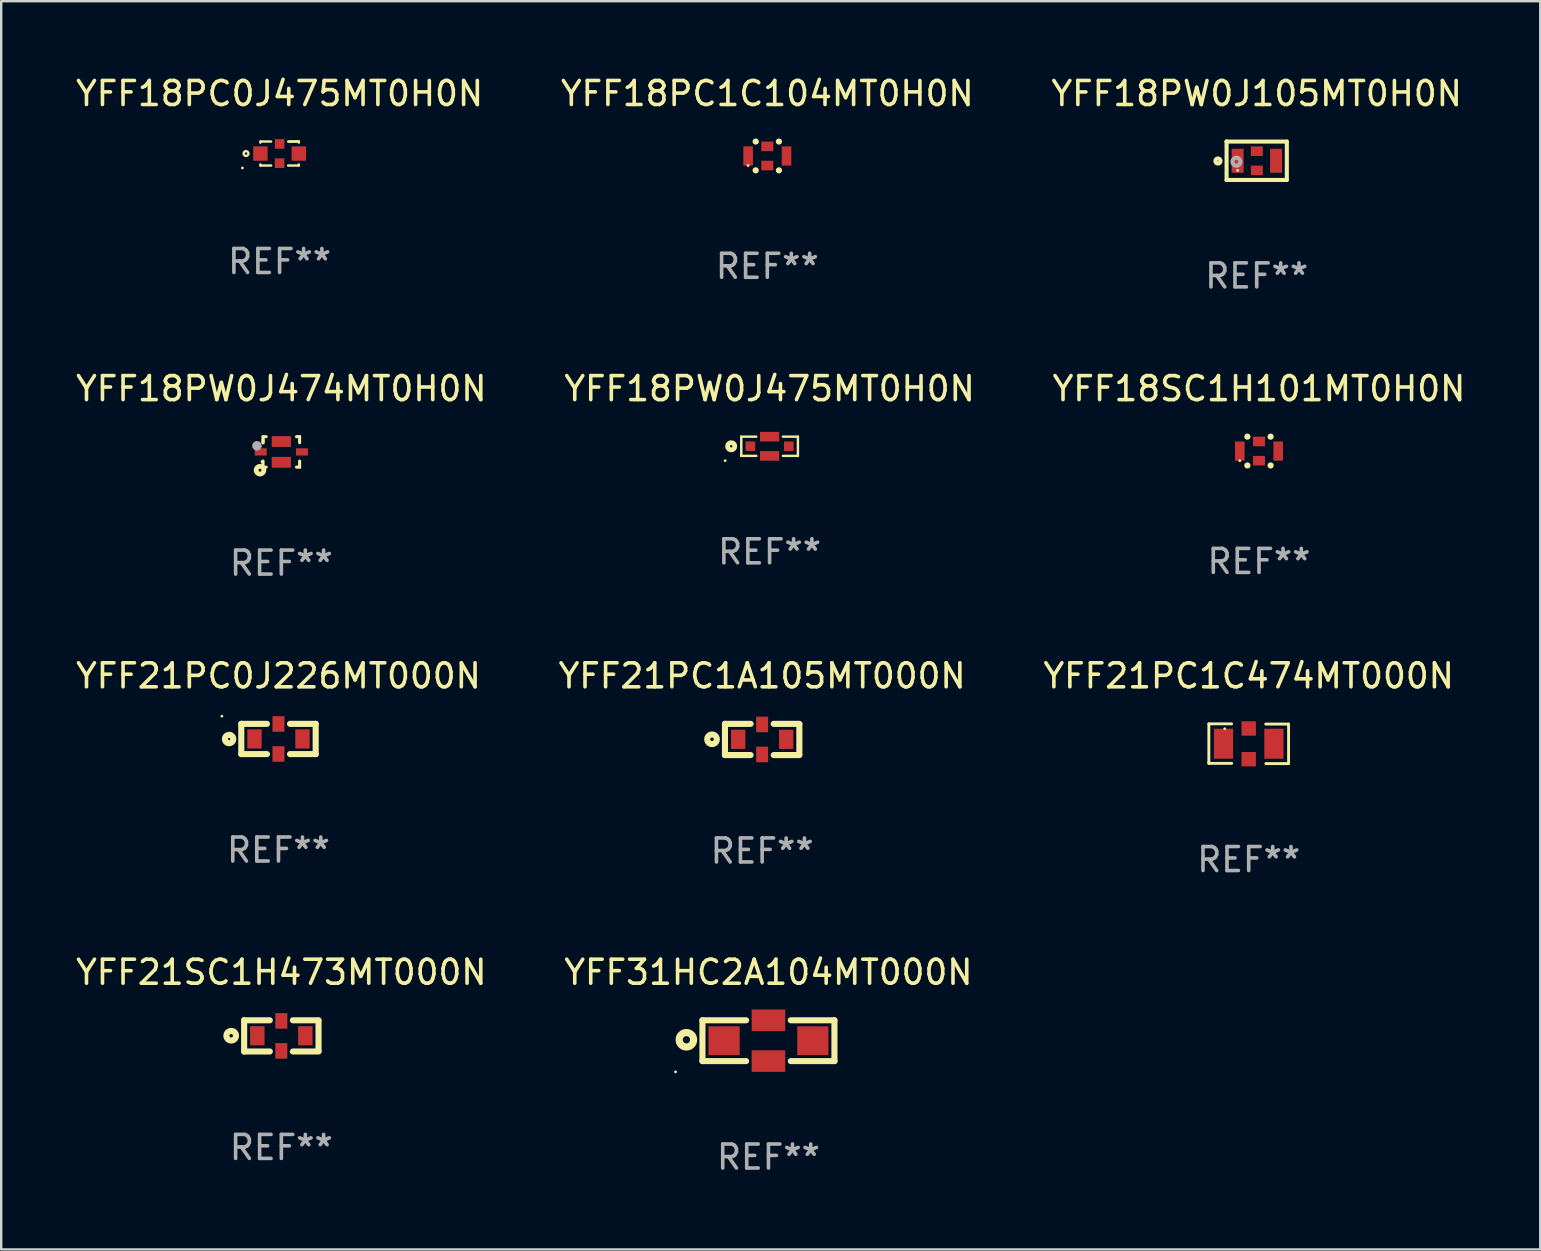
<source format=kicad_pcb>
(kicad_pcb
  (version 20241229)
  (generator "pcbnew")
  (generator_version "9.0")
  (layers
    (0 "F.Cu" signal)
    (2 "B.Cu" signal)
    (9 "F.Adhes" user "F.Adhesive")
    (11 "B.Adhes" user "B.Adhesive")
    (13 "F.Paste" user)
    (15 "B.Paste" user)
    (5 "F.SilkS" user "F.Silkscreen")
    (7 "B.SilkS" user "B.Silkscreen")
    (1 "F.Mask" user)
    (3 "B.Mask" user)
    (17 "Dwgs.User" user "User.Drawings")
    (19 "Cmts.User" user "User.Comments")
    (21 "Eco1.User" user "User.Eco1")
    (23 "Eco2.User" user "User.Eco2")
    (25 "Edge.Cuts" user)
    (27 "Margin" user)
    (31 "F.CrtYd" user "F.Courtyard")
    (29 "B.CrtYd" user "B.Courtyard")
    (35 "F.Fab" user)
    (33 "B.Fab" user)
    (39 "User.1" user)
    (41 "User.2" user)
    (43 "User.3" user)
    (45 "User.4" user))
  (footprint "YFF18PW0J474MT0H0N"
    (layer "F.Cu")
    (at 8.673 15.78)
    (property "Reference" "YFF18PW0J474MT0H0N" (at 0 -2.635 0) (layer "F.SilkS") (effects (font (size 1 1) (thickness 0.15))))
    (attr through_hole)
    (fp_line (start -0.762 -0.635) (end -0.762 -0.381) (stroke (width 0.127) (type solid)) (layer "F.SilkS"))
    (fp_line (start -0.762 -0.508) (end -0.762 -0.381) (stroke (width 0.127) (type solid)) (layer "F.SilkS"))
    (fp_line (start -0.762 0.381) (end -0.762 0.635) (stroke (width 0.127) (type solid)) (layer "F.SilkS"))
    (fp_line (start -0.762 0.635) (end -0.631 0.635) (stroke (width 0.127) (type solid)) (layer "F.SilkS"))
    (fp_line (start -0.631 -0.635) (end -0.762 -0.635) (stroke (width 0.127) (type solid)) (layer "F.SilkS"))
    (fp_line (start 0.631 0.635) (end 0.762 0.635) (stroke (width 0.127) (type solid)) (layer "F.SilkS"))
    (fp_line (start 0.762 -0.635) (end 0.631 -0.635) (stroke (width 0.127) (type solid)) (layer "F.SilkS"))
    (fp_line (start 0.762 -0.381) (end 0.762 -0.635) (stroke (width 0.127) (type solid)) (layer "F.SilkS"))
    (fp_line (start 0.762 0.635) (end 0.762 0.381) (stroke (width 0.127) (type solid)) (layer "F.SilkS"))
    (fp_circle (center -0.889 0.762) (end -0.829 0.762) (stroke (width 0.2) (type solid)) (fill no) (layer "F.SilkS"))
    (fp_circle (center -0.809 0.408) (end -0.779 0.408) (stroke (width 0.06) (type solid)) (fill no) (layer "F.SilkS"))
    (fp_circle (center -1.016 -0.254) (end -0.916 -0.254) (stroke (width 0.2) (type solid)) (fill no) (layer "F.Fab"))
    (fp_text user "REF**" (at 0 4.635 0) (layer "F.Fab") (effects (font (size 1 1) (thickness 0.15))))
    (pad "1" smd rect (at -0.86 0) (size 0.5 0.3) (layers "F.Cu" "F.Mask" "F.Paste"))
    (pad "2" smd rect (at 0 0.433) (size 0.8 0.45) (layers "F.Cu" "F.Mask" "F.Paste"))
    (pad "3" smd rect (at 0.86 0) (size 0.5 0.3) (layers "F.Cu" "F.Mask" "F.Paste"))
    (pad "4" smd rect (at 0 -0.433) (size 0.8 0.45) (layers "F.Cu" "F.Mask" "F.Paste")))
  (footprint "YFF18SC1H101MT0H0N"
    (layer "F.Cu")
    (at 49.411 15.745)
    (property "Reference" "YFF18SC1H101MT0H0N" (at 0 -2.6 0) (layer "F.SilkS") (effects (font (size 1 1) (thickness 0.15))))
    (attr through_hole)
    (fp_line (start -0.487 -0.6) (end -0.481 -0.6) (stroke (width 0.254) (type solid)) (layer "F.SilkS"))
    (fp_line (start -0.487 0.6) (end -0.481 0.6) (stroke (width 0.254) (type solid)) (layer "F.SilkS"))
    (fp_line (start 0.481 -0.6) (end 0.486 -0.6) (stroke (width 0.254) (type solid)) (layer "F.SilkS"))
    (fp_line (start 0.481 0.6) (end 0.486 0.6) (stroke (width 0.254) (type solid)) (layer "F.SilkS"))
    (fp_circle (center -0.8 0.4) (end -0.77 0.4) (stroke (width 0.06) (type solid)) (fill no) (layer "F.SilkS"))
    (fp_text user "REF**" (at 0 4.6 0) (layer "F.Fab") (effects (font (size 1 1) (thickness 0.15))))
    (pad "1" smd rect (at -0.8 0 90) (size 0.8 0.4) (layers "F.Cu" "F.Mask" "F.Paste"))
    (pad "2" smd rect (at -0.000127 0.4 180) (size 0.5 0.4) (layers "F.Cu" "F.Mask" "F.Paste"))
    (pad "3" smd rect (at 0.8 0 270) (size 0.8 0.4) (layers "F.Cu" "F.Mask" "F.Paste"))
    (pad "4" smd rect (at -0.000127 -0.4) (size 0.5 0.4) (layers "F.Cu" "F.Mask" "F.Paste")))
  (footprint "YFF21SC1H473MT000N"
    (layer "F.Cu")
    (at 8.673 40.114)
    (property "Reference" "YFF21SC1H473MT000N" (at 0 -2.65 0) (layer "F.SilkS") (effects (font (size 1 1) (thickness 0.15))))
    (attr through_hole)
    (fp_line (start -1.55 -0.65) (end -0.481 -0.65) (stroke (width 0.254) (type solid)) (layer "F.SilkS"))
    (fp_line (start -1.55 0.65) (end -1.55 -0.65) (stroke (width 0.254) (type solid)) (layer "F.SilkS"))
    (fp_line (start -1.55 0.65) (end -0.481 0.65) (stroke (width 0.254) (type solid)) (layer "F.SilkS"))
    (fp_line (start 0.481 -0.65) (end 1.55 -0.65) (stroke (width 0.254) (type solid)) (layer "F.SilkS"))
    (fp_line (start 0.481 0.65) (end 1.55 0.65) (stroke (width 0.254) (type solid)) (layer "F.SilkS"))
    (fp_line (start 1.55 -0.63) (end 1.55 0.63) (stroke (width 0.254) (type solid)) (layer "F.SilkS"))
    (fp_circle (center -2.089 -0.007) (end -1.889 -0.007) (stroke (width 0.254) (type solid)) (fill no) (layer "F.SilkS"))
    (fp_circle (center -1 -0.63) (end -0.97 -0.63) (stroke (width 0.06) (type solid)) (fill no) (layer "F.SilkS"))
    (fp_text user "REF**" (at 0 4.65 0) (layer "F.Fab") (effects (font (size 1 1) (thickness 0.15))))
    (pad "1" smd rect (at -1 -0.005 90) (size 0.8 0.6) (layers "F.Cu" "F.Mask" "F.Paste"))
    (pad "2" smd rect (at 0 0.625 90) (size 0.65 0.5) (layers "F.Cu" "F.Mask" "F.Paste"))
    (pad "3" smd rect (at 1 -0.005 90) (size 0.8 0.6) (layers "F.Cu" "F.Mask" "F.Paste"))
    (pad "4" smd rect (at 0 -0.625 90) (size 0.65 0.5) (layers "F.Cu" "F.Mask" "F.Paste")))
  (footprint "YFF18PW0J475MT0H0N"
    (layer "F.Cu")
    (at 29.018 15.545)
    (property "Reference" "YFF18PW0J475MT0H0N" (at 0 -2.4 0) (layer "F.SilkS") (effects (font (size 1 1) (thickness 0.15))))
    (attr through_hole)
    (fp_line (start -1.18 -0.4) (end -1.18 0.4) (stroke (width 0.102) (type solid)) (layer "F.SilkS"))
    (fp_line (start -1.18 -0.4) (end -0.555 -0.4) (stroke (width 0.102) (type solid)) (layer "F.SilkS"))
    (fp_line (start -1.18 0.4) (end -0.555 0.4) (stroke (width 0.102) (type solid)) (layer "F.SilkS"))
    (fp_line (start 0.555 -0.4) (end 1.18 -0.4) (stroke (width 0.102) (type solid)) (layer "F.SilkS"))
    (fp_line (start 0.555 0.4) (end 1.18 0.4) (stroke (width 0.102) (type solid)) (layer "F.SilkS"))
    (fp_line (start 1.18 -0.4) (end 1.18 0.4) (stroke (width 0.102) (type solid)) (layer "F.SilkS"))
    (fp_circle (center -1.85 0.6) (end -1.82 0.6) (stroke (width 0.06) (type solid)) (fill no) (layer "F.SilkS"))
    (fp_circle (center -1.6 0) (end -1.45 0) (stroke (width 0.2) (type solid)) (fill no) (layer "F.SilkS"))
    (fp_text user "REF**" (at 0 4.4 0) (layer "F.Fab") (effects (font (size 1 1) (thickness 0.15))))
    (pad "1" smd rect (at -0.8 0) (size 0.4 0.4) (layers "F.Cu" "F.Mask" "F.Paste"))
    (pad "2" smd rect (at -0.000114 0.4 90) (size 0.4 0.8) (layers "F.Cu" "F.Mask" "F.Paste"))
    (pad "3" smd rect (at 0.8 0 180) (size 0.4 0.4) (layers "F.Cu" "F.Mask" "F.Paste"))
    (pad "4" smd rect (at -0.000114 -0.4 90) (size 0.4 0.8) (layers "F.Cu" "F.Mask" "F.Paste")))
  (footprint "YFF18PC0J475MT0H0N"
    (layer "F.Cu")
    (at 8.601 3.348)
    (property "Reference" "YFF18PC0J475MT0H0N" (at 0 -2.5 0) (layer "F.SilkS") (effects (font (size 1 1) (thickness 0.15))))
    (attr through_hole)
    (fp_line (start -0.8 -0.5) (end -0.354 -0.5) (stroke (width 0.1) (type solid)) (layer "F.SilkS"))
    (fp_line (start -0.8 -0.454) (end -0.8 -0.5) (stroke (width 0.1) (type solid)) (layer "F.SilkS"))
    (fp_line (start -0.8 0.5) (end -0.8 0.454) (stroke (width 0.1) (type solid)) (layer "F.SilkS"))
    (fp_line (start -0.354 0.5) (end -0.8 0.5) (stroke (width 0.1) (type solid)) (layer "F.SilkS"))
    (fp_line (start 0.354 -0.5) (end 0.8 -0.5) (stroke (width 0.1) (type solid)) (layer "F.SilkS"))
    (fp_line (start 0.4 -0.5) (end 0.8 -0.5) (stroke (width 0.1) (type solid)) (layer "F.SilkS"))
    (fp_line (start 0.8 -0.5) (end 0.8 -0.454) (stroke (width 0.1) (type solid)) (layer "F.SilkS"))
    (fp_line (start 0.8 0.454) (end 0.8 0.5) (stroke (width 0.1) (type solid)) (layer "F.SilkS"))
    (fp_line (start 0.8 0.5) (end 0.354 0.5) (stroke (width 0.1) (type solid)) (layer "F.SilkS"))
    (fp_circle (center -1.55 0.6) (end -1.52 0.6) (stroke (width 0.06) (type solid)) (fill no) (layer "F.SilkS"))
    (fp_circle (center -1.4 0) (end -1.3 0) (stroke (width 0.1) (type solid)) (fill no) (layer "F.SilkS"))
    (fp_text user "REF**" (at 0 4.5 0) (layer "F.Fab") (effects (font (size 1 1) (thickness 0.15))))
    (pad "1" smd rect (at -0.8 0 90) (size 0.6 0.6) (layers "F.Cu" "F.Mask" "F.Paste"))
    (pad "2" smd rect (at 0 -0.4 180) (size 0.4 0.4) (layers "F.Cu" "F.Mask" "F.Paste"))
    (pad "2" smd rect (at 0 0.4 180) (size 0.4 0.4) (layers "F.Cu" "F.Mask" "F.Paste"))
    (pad "3" smd rect (at 0.8 0 90) (size 0.6 0.6) (layers "F.Cu" "F.Mask" "F.Paste")))
  (footprint "YFF21PC0J226MT000N"
    (layer "F.Cu")
    (at 8.554 27.742)
    (property "Reference" "YFF21PC0J226MT000N" (at 0 -2.63 0) (layer "F.SilkS") (effects (font (size 1 1) (thickness 0.15))))
    (attr through_hole)
    (fp_line (start -1.55 0.63) (end -1.55 -0.63) (stroke (width 0.254) (type solid)) (layer "F.SilkS"))
    (fp_line (start -1.55 -0.63) (end -0.481 -0.63) (stroke (width 0.254) (type solid)) (layer "F.SilkS"))
    (fp_line (start -0.481 0.63) (end -1.55 0.63) (stroke (width 0.254) (type solid)) (layer "F.SilkS"))
    (fp_line (start 0.481 -0.63) (end 1.55 -0.63) (stroke (width 0.254) (type solid)) (layer "F.SilkS"))
    (fp_line (start 1.55 -0.63) (end 1.55 0.63) (stroke (width 0.254) (type solid)) (layer "F.SilkS"))
    (fp_line (start 1.55 0.63) (end 0.481 0.63) (stroke (width 0.254) (type solid)) (layer "F.SilkS"))
    (fp_circle (center -2.358 -0.95) (end -2.328 -0.95) (stroke (width 0.06) (type solid)) (fill no) (layer "F.SilkS"))
    (fp_circle (center -2.058 0.002) (end -1.884 0.002) (stroke (width 0.254) (type solid)) (fill no) (layer "F.SilkS"))
    (fp_text user "REF**" (at 0 4.63 0) (layer "F.Fab") (effects (font (size 1 1) (thickness 0.15))))
    (pad "1" smd rect (at -1 0.000013 90) (size 0.8 0.6) (layers "F.Cu" "F.Mask" "F.Paste"))
    (pad "2" smd rect (at 0.000013 0.625 90) (size 0.65 0.5) (layers "F.Cu" "F.Mask" "F.Paste"))
    (pad "3" smd rect (at 1 0.000013 90) (size 0.8 0.6) (layers "F.Cu" "F.Mask" "F.Paste"))
    (pad "4" smd rect (at 0.000013 -0.625 90) (size 0.65 0.5) (layers "F.Cu" "F.Mask" "F.Paste")))
  (footprint "YFF21PC1C474MT000N"
    (layer "F.Cu")
    (at 48.982 27.94)
    (property "Reference" "YFF21PC1C474MT000N" (at 0 -2.828 0) (layer "F.SilkS") (effects (font (size 1 1) (thickness 0.15))))
    (attr through_hole)
    (fp_line (start -1.661 -0.828) (end -1.661 0.755) (stroke (width 0.12) (type solid)) (layer "F.SilkS"))
    (fp_line (start -1.661 0.755) (end -1.661 0.819) (stroke (width 0.12) (type solid)) (layer "F.SilkS"))
    (fp_line (start -1.661 0.819) (end -0.709 0.819) (stroke (width 0.12) (type solid)) (layer "F.SilkS"))
    (fp_line (start -0.713 -0.828) (end -1.661 -0.828) (stroke (width 0.12) (type solid)) (layer "F.SilkS"))
    (fp_line (start 0.713 0.828) (end 1.661 0.828) (stroke (width 0.12) (type solid)) (layer "F.SilkS"))
    (fp_line (start 1.661 -0.819) (end 0.709 -0.819) (stroke (width 0.12) (type solid)) (layer "F.SilkS"))
    (fp_line (start 1.661 -0.755) (end 1.661 -0.819) (stroke (width 0.12) (type solid)) (layer "F.SilkS"))
    (fp_line (start 1.661 0.828) (end 1.661 -0.755) (stroke (width 0.12) (type solid)) (layer "F.SilkS"))
    (fp_circle (center -1 -0.625) (end -0.97 -0.625) (stroke (width 0.06) (type solid)) (fill no) (layer "F.SilkS"))
    (fp_text user "REF**" (at 0 4.828 0) (layer "F.Fab") (effects (font (size 1 1) (thickness 0.15))))
    (pad "1" smd rect (at -1.05 0) (size 0.8 1.25) (layers "F.Cu" "F.Mask" "F.Paste"))
    (pad "2" smd rect (at 0 -0.635) (size 0.6 0.6) (layers "F.Cu" "F.Mask" "F.Paste"))
    (pad "2" smd rect (at 0 0.645) (size 0.6 0.6) (layers "F.Cu" "F.Mask" "F.Paste"))
    (pad "3" smd rect (at 1.05 0) (size 0.8 1.25) (layers "F.Cu" "F.Mask" "F.Paste")))
  (footprint "YFF31HC2A104MT000N"
    (layer "F.Cu")
    (at 28.97 40.314)
    (property "Reference" "YFF31HC2A104MT000N" (at 0 -2.85 0) (layer "F.SilkS") (effects (font (size 1 1) (thickness 0.15))))
    (attr through_hole)
    (fp_line (start -2.75 -0.85) (end -0.931 -0.85) (stroke (width 0.254) (type solid)) (layer "F.SilkS"))
    (fp_line (start -2.75 0.85) (end -2.75 -0.85) (stroke (width 0.254) (type solid)) (layer "F.SilkS"))
    (fp_line (start -0.931 0.85) (end -2.75 0.85) (stroke (width 0.254) (type solid)) (layer "F.SilkS"))
    (fp_line (start 0.931 -0.85) (end 2.75 -0.85) (stroke (width 0.254) (type solid)) (layer "F.SilkS"))
    (fp_line (start 2.75 -0.85) (end 2.75 0.85) (stroke (width 0.254) (type solid)) (layer "F.SilkS"))
    (fp_line (start 2.75 0.85) (end 0.931 0.85) (stroke (width 0.254) (type solid)) (layer "F.SilkS"))
    (fp_circle (center -3.87 1.3) (end -3.84 1.3) (stroke (width 0.06) (type solid)) (fill no) (layer "F.SilkS"))
    (fp_circle (center -3.419 -0.038) (end -3.118 -0.038) (stroke (width 0.3) (type solid)) (fill no) (layer "F.SilkS"))
    (fp_text user "REF**" (at 0 4.85 0) (layer "F.Fab") (effects (font (size 1 1) (thickness 0.15))))
    (pad "1" smd rect (at -1.85 0.000013) (size 1.3 1.2) (layers "F.Cu" "F.Mask" "F.Paste"))
    (pad "2" smd rect (at -0.000127 0.85) (size 1.4 0.9) (layers "F.Cu" "F.Mask" "F.Paste"))
    (pad "3" smd rect (at 1.85 0.000013) (size 1.3 1.2) (layers "F.Cu" "F.Mask" "F.Paste"))
    (pad "4" smd rect (at -0.000127 -0.85) (size 1.4 0.9) (layers "F.Cu" "F.Mask" "F.Paste")))
  (footprint "YFF18PC1C104MT0H0N"
    (layer "F.Cu")
    (at 28.923 3.448)
    (property "Reference" "YFF18PC1C104MT0H0N" (at 0 -2.6 0) (layer "F.SilkS") (effects (font (size 1 1) (thickness 0.15))))
    (attr through_hole)
    (fp_line (start -0.487 -0.6) (end -0.481 -0.6) (stroke (width 0.254) (type solid)) (layer "F.SilkS"))
    (fp_line (start -0.487 0.6) (end -0.481 0.6) (stroke (width 0.254) (type solid)) (layer "F.SilkS"))
    (fp_line (start 0.481 -0.6) (end 0.486 -0.6) (stroke (width 0.254) (type solid)) (layer "F.SilkS"))
    (fp_line (start 0.481 0.6) (end 0.486 0.6) (stroke (width 0.254) (type solid)) (layer "F.SilkS"))
    (fp_circle (center -0.8 0.4) (end -0.77 0.4) (stroke (width 0.06) (type solid)) (fill no) (layer "F.SilkS"))
    (fp_text user "REF**" (at 0 4.6 0) (layer "F.Fab") (effects (font (size 1 1) (thickness 0.15))))
    (pad "1" smd rect (at -0.8 0 90) (size 0.8 0.4) (layers "F.Cu" "F.Mask" "F.Paste"))
    (pad "2" smd rect (at -0.000127 0.4 180) (size 0.5 0.4) (layers "F.Cu" "F.Mask" "F.Paste"))
    (pad "3" smd rect (at 0.8 0 270) (size 0.8 0.4) (layers "F.Cu" "F.Mask" "F.Paste"))
    (pad "4" smd rect (at -0.000127 -0.4) (size 0.5 0.4) (layers "F.Cu" "F.Mask" "F.Paste")))
  (footprint "YFF18PW0J105MT0H0N"
    (layer "F.Cu")
    (at 49.315 3.649)
    (property "Reference" "YFF18PW0J105MT0H0N" (at 0 -2.8 0) (layer "F.SilkS") (effects (font (size 1 1) (thickness 0.15))))
    (attr through_hole)
    (fp_line (start -1.255 -0.8) (end -1.255 -0.8) (stroke (width 0.17) (type solid)) (layer "F.SilkS"))
    (fp_line (start -1.255 -0.8) (end -1.255 0.8) (stroke (width 0.17) (type solid)) (layer "F.SilkS"))
    (fp_line (start -1.255 0.8) (end 1.255 0.8) (stroke (width 0.17) (type solid)) (layer "F.SilkS"))
    (fp_line (start 1.255 -0.8) (end -1.255 -0.8) (stroke (width 0.17) (type solid)) (layer "F.SilkS"))
    (fp_line (start 1.255 0.8) (end 1.255 -0.8) (stroke (width 0.17) (type solid)) (layer "F.SilkS"))
    (fp_circle (center -1.615 0.01) (end -1.508 0.01) (stroke (width 0.17) (type solid)) (fill no) (layer "F.SilkS"))
    (fp_circle (center -0.795 0.4) (end -0.765 0.4) (stroke (width 0.06) (type solid)) (fill no) (layer "F.SilkS"))
    (fp_circle (center -0.845 0.04) (end -0.764 0.04) (stroke (width 0.17) (type solid)) (fill no) (layer "F.Fab"))
    (fp_text user "REF**" (at 0 4.8 0) (layer "F.Fab") (effects (font (size 1 1) (thickness 0.15))))
    (pad "1" smd rect (at -0.795 -0.000381 90) (size 1 0.5) (layers "F.Cu" "F.Mask" "F.Paste"))
    (pad "2" smd rect (at 0.005 0.4 180) (size 0.5 0.4) (layers "F.Cu" "F.Mask" "F.Paste"))
    (pad "3" smd rect (at 0.805 -0.000381 90) (size 1 0.5) (layers "F.Cu" "F.Mask" "F.Paste"))
    (pad "4" smd rect (at 0.005 -0.4 180) (size 0.5 0.4) (layers "F.Cu" "F.Mask" "F.Paste")))
  (footprint "YFF21PC1A105MT000N"
    (layer "F.Cu")
    (at 28.708 27.762)
    (property "Reference" "YFF21PC1A105MT000N" (at 0 -2.65 0) (layer "F.SilkS") (effects (font (size 1 1) (thickness 0.15))))
    (attr through_hole)
    (fp_line (start -1.55 -0.65) (end -0.481 -0.65) (stroke (width 0.254) (type solid)) (layer "F.SilkS"))
    (fp_line (start -1.55 0.65) (end -1.55 -0.65) (stroke (width 0.254) (type solid)) (layer "F.SilkS"))
    (fp_line (start -1.55 0.65) (end -0.481 0.65) (stroke (width 0.254) (type solid)) (layer "F.SilkS"))
    (fp_line (start 0.481 -0.65) (end 1.55 -0.65) (stroke (width 0.254) (type solid)) (layer "F.SilkS"))
    (fp_line (start 0.481 0.65) (end 1.55 0.65) (stroke (width 0.254) (type solid)) (layer "F.SilkS"))
    (fp_line (start 1.55 -0.63) (end 1.55 0.63) (stroke (width 0.254) (type solid)) (layer "F.SilkS"))
    (fp_circle (center -2.089 -0.007) (end -1.889 -0.007) (stroke (width 0.254) (type solid)) (fill no) (layer "F.SilkS"))
    (fp_circle (center -1 -0.63) (end -0.97 -0.63) (stroke (width 0.06) (type solid)) (fill no) (layer "F.SilkS"))
    (fp_text user "REF**" (at 0 4.65 0) (layer "F.Fab") (effects (font (size 1 1) (thickness 0.15))))
    (pad "1" smd rect (at -1 -0.005 90) (size 0.8 0.6) (layers "F.Cu" "F.Mask" "F.Paste"))
    (pad "2" smd rect (at 0 0.625 90) (size 0.65 0.5) (layers "F.Cu" "F.Mask" "F.Paste"))
    (pad "3" smd rect (at 1 -0.005 90) (size 0.8 0.6) (layers "F.Cu" "F.Mask" "F.Paste"))
    (pad "4" smd rect (at 0 -0.625 90) (size 0.65 0.5) (layers "F.Cu" "F.Mask" "F.Paste")))
  (gr_rect
    (start -3 -3)
    (end 61.131 49.012)
    (stroke (width 0.1) (type default))
    (fill no)
    (layer "Edge.Cuts")))
</source>
